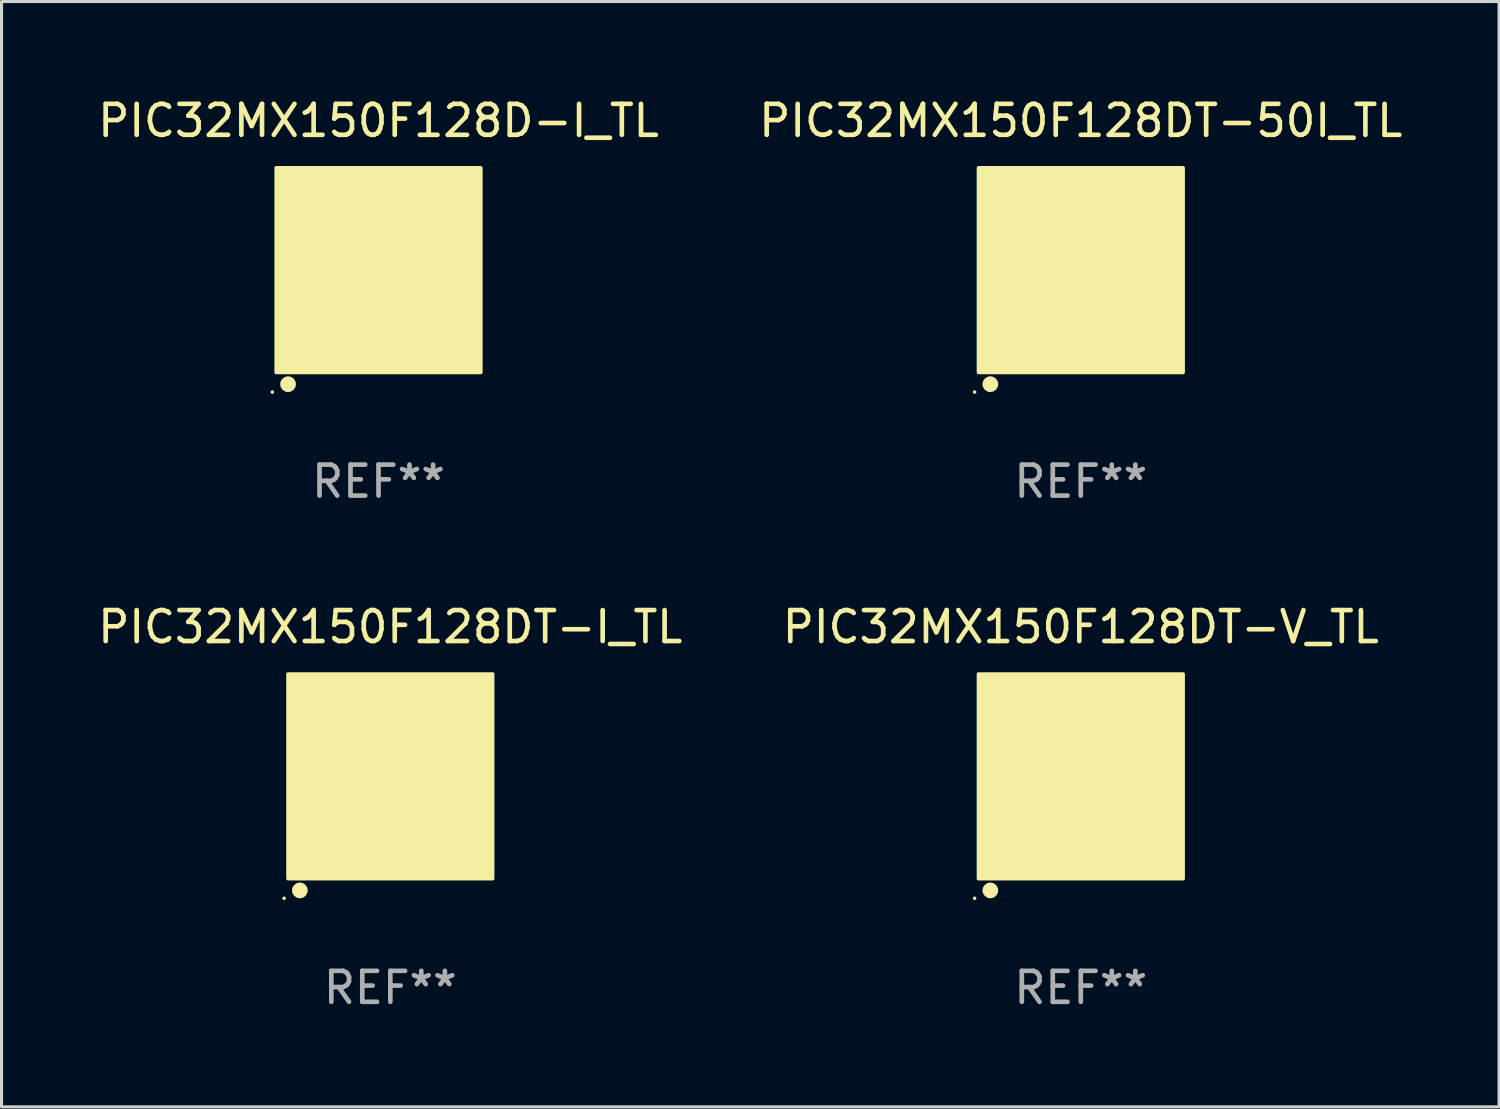
<source format=kicad_pcb>
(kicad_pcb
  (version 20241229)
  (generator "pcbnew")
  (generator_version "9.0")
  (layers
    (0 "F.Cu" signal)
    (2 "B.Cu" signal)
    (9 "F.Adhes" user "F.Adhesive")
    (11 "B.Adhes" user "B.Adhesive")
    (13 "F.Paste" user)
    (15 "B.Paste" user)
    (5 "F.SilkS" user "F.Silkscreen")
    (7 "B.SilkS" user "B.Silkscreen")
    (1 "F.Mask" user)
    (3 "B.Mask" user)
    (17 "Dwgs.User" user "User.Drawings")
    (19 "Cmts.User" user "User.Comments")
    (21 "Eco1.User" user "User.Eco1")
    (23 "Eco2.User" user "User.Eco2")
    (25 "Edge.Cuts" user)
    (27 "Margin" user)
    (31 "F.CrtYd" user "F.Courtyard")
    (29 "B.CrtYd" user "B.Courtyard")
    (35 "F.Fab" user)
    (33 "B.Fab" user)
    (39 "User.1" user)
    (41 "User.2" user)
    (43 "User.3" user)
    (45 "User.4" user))
  (footprint "PIC32MX150F128DT-50I_TL"
    (layer "F.Cu")
    (at 31.851 5.673)
    (property "Reference" "PIC32MX150F128DT-50I_TL" (at 0 -4.825 0) (layer "F.SilkS") (effects (font (size 1 1) (thickness 0.15))))
    (attr through_hole)
    (fp_circle (center -3.429 3.937) (end -3.399 3.937) (stroke (width 0.06) (type solid)) (fill no) (layer "F.SilkS"))
    (fp_circle (center -2.921 3.683) (end -2.794 3.683) (stroke (width 0.254) (type solid)) (fill no) (layer "F.SilkS"))
    (fp_poly (pts (xy -3.302 -3.302) (xy 3.302 -3.302) (xy 3.302 3.302) (xy -3.302 3.302)) (stroke (width 0.12) (type solid)) (fill yes) (layer "F.SilkS"))
    (fp_text user "REF**" (at 0 6.825 0) (layer "F.Fab") (effects (font (size 1 1) (thickness 0.15))))
    (pad "1" smd rect (at -2.25 2.825) (size 0.3 0.45) (layers "F.Cu" "F.Mask" "F.Paste"))
    (pad "2" smd rect (at -1.75 2.825) (size 0.3 0.45) (layers "F.Cu" "F.Mask" "F.Paste"))
    (pad "3" smd rect (at -1.25 2.825) (size 0.3 0.45) (layers "F.Cu" "F.Mask" "F.Paste"))
    (pad "4" smd rect (at -0.75 2.825) (size 0.3 0.45) (layers "F.Cu" "F.Mask" "F.Paste"))
    (pad "5" smd rect (at -0.25 2.825) (size 0.3 0.45) (layers "F.Cu" "F.Mask" "F.Paste"))
    (pad "6" smd rect (at 0.25 2.825) (size 0.3 0.45) (layers "F.Cu" "F.Mask" "F.Paste"))
    (pad "7" smd rect (at 0.75 2.825) (size 0.3 0.45) (layers "F.Cu" "F.Mask" "F.Paste"))
    (pad "8" smd rect (at 1.25 2.825) (size 0.3 0.45) (layers "F.Cu" "F.Mask" "F.Paste"))
    (pad "9" smd rect (at 1.75 2.825) (size 0.3 0.45) (layers "F.Cu" "F.Mask" "F.Paste"))
    (pad "10" smd rect (at 2.25 2.825) (size 0.3 0.45) (layers "F.Cu" "F.Mask" "F.Paste"))
    (pad "11" smd rect (at 2.825 2.825 90) (size 0.45 0.45) (layers "F.Cu" "F.Mask" "F.Paste"))
    (pad "12" smd rect (at 2.825 2.25 90) (size 0.3 0.45) (layers "F.Cu" "F.Mask" "F.Paste"))
    (pad "13" smd rect (at 2.825 1.75 90) (size 0.3 0.45) (layers "F.Cu" "F.Mask" "F.Paste"))
    (pad "14" smd rect (at 2.825 1.25 90) (size 0.3 0.45) (layers "F.Cu" "F.Mask" "F.Paste"))
    (pad "15" smd rect (at 2.825 0.75 90) (size 0.3 0.45) (layers "F.Cu" "F.Mask" "F.Paste"))
    (pad "16" smd rect (at 2.825 0.25 90) (size 0.3 0.45) (layers "F.Cu" "F.Mask" "F.Paste"))
    (pad "17" smd rect (at 2.825 -0.25 90) (size 0.3 0.45) (layers "F.Cu" "F.Mask" "F.Paste"))
    (pad "18" smd rect (at 2.825 -0.75 90) (size 0.3 0.45) (layers "F.Cu" "F.Mask" "F.Paste"))
    (pad "19" smd rect (at 2.825 -1.25 90) (size 0.3 0.45) (layers "F.Cu" "F.Mask" "F.Paste"))
    (pad "20" smd rect (at 2.825 -1.75 90) (size 0.3 0.45) (layers "F.Cu" "F.Mask" "F.Paste"))
    (pad "21" smd rect (at 2.825 -2.25 90) (size 0.3 0.45) (layers "F.Cu" "F.Mask" "F.Paste"))
    (pad "22" smd rect (at 2.825 -2.825 90) (size 0.45 0.45) (layers "F.Cu" "F.Mask" "F.Paste"))
    (pad "23" smd rect (at 2.25 -2.825) (size 0.3 0.45) (layers "F.Cu" "F.Mask" "F.Paste"))
    (pad "24" smd rect (at 1.75 -2.825) (size 0.3 0.45) (layers "F.Cu" "F.Mask" "F.Paste"))
    (pad "25" smd rect (at 1.25 -2.825) (size 0.3 0.45) (layers "F.Cu" "F.Mask" "F.Paste"))
    (pad "26" smd rect (at 0.75 -2.825) (size 0.3 0.45) (layers "F.Cu" "F.Mask" "F.Paste"))
    (pad "27" smd rect (at 0.25 -2.825) (size 0.3 0.45) (layers "F.Cu" "F.Mask" "F.Paste"))
    (pad "28" smd rect (at -0.25 -2.825) (size 0.3 0.45) (layers "F.Cu" "F.Mask" "F.Paste"))
    (pad "29" smd rect (at -0.75 -2.825) (size 0.3 0.45) (layers "F.Cu" "F.Mask" "F.Paste"))
    (pad "30" smd rect (at -1.25 -2.825) (size 0.3 0.45) (layers "F.Cu" "F.Mask" "F.Paste"))
    (pad "31" smd rect (at -1.75 -2.825) (size 0.3 0.45) (layers "F.Cu" "F.Mask" "F.Paste"))
    (pad "32" smd rect (at -2.25 -2.825) (size 0.3 0.45) (layers "F.Cu" "F.Mask" "F.Paste"))
    (pad "33" smd rect (at -2.825 -2.825 90) (size 0.45 0.45) (layers "F.Cu" "F.Mask" "F.Paste"))
    (pad "34" smd rect (at -2.825 -2.25 90) (size 0.3 0.45) (layers "F.Cu" "F.Mask" "F.Paste"))
    (pad "35" smd rect (at -2.825 -1.75 90) (size 0.3 0.45) (layers "F.Cu" "F.Mask" "F.Paste"))
    (pad "36" smd rect (at -2.825 -1.25 90) (size 0.3 0.45) (layers "F.Cu" "F.Mask" "F.Paste"))
    (pad "37" smd rect (at -2.825 -0.75 90) (size 0.3 0.45) (layers "F.Cu" "F.Mask" "F.Paste"))
    (pad "38" smd rect (at -2.825 -0.25 90) (size 0.3 0.45) (layers "F.Cu" "F.Mask" "F.Paste"))
    (pad "39" smd rect (at -2.825 0.25 90) (size 0.3 0.45) (layers "F.Cu" "F.Mask" "F.Paste"))
    (pad "40" smd rect (at -2.825 0.75 90) (size 0.3 0.45) (layers "F.Cu" "F.Mask" "F.Paste"))
    (pad "41" smd rect (at -2.825 1.25 90) (size 0.3 0.45) (layers "F.Cu" "F.Mask" "F.Paste"))
    (pad "42" smd rect (at -2.825 1.75 90) (size 0.3 0.45) (layers "F.Cu" "F.Mask" "F.Paste"))
    (pad "43" smd rect (at -2.825 2.25 90) (size 0.3 0.45) (layers "F.Cu" "F.Mask" "F.Paste"))
    (pad "44" smd rect (at -2.825 2.825 90) (size 0.45 0.45) (layers "F.Cu" "F.Mask" "F.Paste"))
    (pad "45" smd rect (at 0 0 90) (size 4.6 4.6) (layers "F.Cu" "F.Mask" "F.Paste")))
  (footprint "PIC32MX150F128D-I_TL"
    (layer "F.Cu")
    (at 9.173 5.673)
    (property "Reference" "PIC32MX150F128D-I_TL" (at 0 -4.825 0) (layer "F.SilkS") (effects (font (size 1 1) (thickness 0.15))))
    (attr through_hole)
    (fp_circle (center -3.429 3.937) (end -3.399 3.937) (stroke (width 0.06) (type solid)) (fill no) (layer "F.SilkS"))
    (fp_circle (center -2.921 3.683) (end -2.794 3.683) (stroke (width 0.254) (type solid)) (fill no) (layer "F.SilkS"))
    (fp_poly (pts (xy -3.302 -3.302) (xy 3.302 -3.302) (xy 3.302 3.302) (xy -3.302 3.302)) (stroke (width 0.12) (type solid)) (fill yes) (layer "F.SilkS"))
    (fp_text user "REF**" (at 0 6.825 0) (layer "F.Fab") (effects (font (size 1 1) (thickness 0.15))))
    (pad "1" smd rect (at -2.25 2.825) (size 0.3 0.45) (layers "F.Cu" "F.Mask" "F.Paste"))
    (pad "2" smd rect (at -1.75 2.825) (size 0.3 0.45) (layers "F.Cu" "F.Mask" "F.Paste"))
    (pad "3" smd rect (at -1.25 2.825) (size 0.3 0.45) (layers "F.Cu" "F.Mask" "F.Paste"))
    (pad "4" smd rect (at -0.75 2.825) (size 0.3 0.45) (layers "F.Cu" "F.Mask" "F.Paste"))
    (pad "5" smd rect (at -0.25 2.825) (size 0.3 0.45) (layers "F.Cu" "F.Mask" "F.Paste"))
    (pad "6" smd rect (at 0.25 2.825) (size 0.3 0.45) (layers "F.Cu" "F.Mask" "F.Paste"))
    (pad "7" smd rect (at 0.75 2.825) (size 0.3 0.45) (layers "F.Cu" "F.Mask" "F.Paste"))
    (pad "8" smd rect (at 1.25 2.825) (size 0.3 0.45) (layers "F.Cu" "F.Mask" "F.Paste"))
    (pad "9" smd rect (at 1.75 2.825) (size 0.3 0.45) (layers "F.Cu" "F.Mask" "F.Paste"))
    (pad "10" smd rect (at 2.25 2.825) (size 0.3 0.45) (layers "F.Cu" "F.Mask" "F.Paste"))
    (pad "11" smd rect (at 2.825 2.825 90) (size 0.45 0.45) (layers "F.Cu" "F.Mask" "F.Paste"))
    (pad "12" smd rect (at 2.825 2.25 90) (size 0.3 0.45) (layers "F.Cu" "F.Mask" "F.Paste"))
    (pad "13" smd rect (at 2.825 1.75 90) (size 0.3 0.45) (layers "F.Cu" "F.Mask" "F.Paste"))
    (pad "14" smd rect (at 2.825 1.25 90) (size 0.3 0.45) (layers "F.Cu" "F.Mask" "F.Paste"))
    (pad "15" smd rect (at 2.825 0.75 90) (size 0.3 0.45) (layers "F.Cu" "F.Mask" "F.Paste"))
    (pad "16" smd rect (at 2.825 0.25 90) (size 0.3 0.45) (layers "F.Cu" "F.Mask" "F.Paste"))
    (pad "17" smd rect (at 2.825 -0.25 90) (size 0.3 0.45) (layers "F.Cu" "F.Mask" "F.Paste"))
    (pad "18" smd rect (at 2.825 -0.75 90) (size 0.3 0.45) (layers "F.Cu" "F.Mask" "F.Paste"))
    (pad "19" smd rect (at 2.825 -1.25 90) (size 0.3 0.45) (layers "F.Cu" "F.Mask" "F.Paste"))
    (pad "20" smd rect (at 2.825 -1.75 90) (size 0.3 0.45) (layers "F.Cu" "F.Mask" "F.Paste"))
    (pad "21" smd rect (at 2.825 -2.25 90) (size 0.3 0.45) (layers "F.Cu" "F.Mask" "F.Paste"))
    (pad "22" smd rect (at 2.825 -2.825 90) (size 0.45 0.45) (layers "F.Cu" "F.Mask" "F.Paste"))
    (pad "23" smd rect (at 2.25 -2.825) (size 0.3 0.45) (layers "F.Cu" "F.Mask" "F.Paste"))
    (pad "24" smd rect (at 1.75 -2.825) (size 0.3 0.45) (layers "F.Cu" "F.Mask" "F.Paste"))
    (pad "25" smd rect (at 1.25 -2.825) (size 0.3 0.45) (layers "F.Cu" "F.Mask" "F.Paste"))
    (pad "26" smd rect (at 0.75 -2.825) (size 0.3 0.45) (layers "F.Cu" "F.Mask" "F.Paste"))
    (pad "27" smd rect (at 0.25 -2.825) (size 0.3 0.45) (layers "F.Cu" "F.Mask" "F.Paste"))
    (pad "28" smd rect (at -0.25 -2.825) (size 0.3 0.45) (layers "F.Cu" "F.Mask" "F.Paste"))
    (pad "29" smd rect (at -0.75 -2.825) (size 0.3 0.45) (layers "F.Cu" "F.Mask" "F.Paste"))
    (pad "30" smd rect (at -1.25 -2.825) (size 0.3 0.45) (layers "F.Cu" "F.Mask" "F.Paste"))
    (pad "31" smd rect (at -1.75 -2.825) (size 0.3 0.45) (layers "F.Cu" "F.Mask" "F.Paste"))
    (pad "32" smd rect (at -2.25 -2.825) (size 0.3 0.45) (layers "F.Cu" "F.Mask" "F.Paste"))
    (pad "33" smd rect (at -2.825 -2.825 90) (size 0.45 0.45) (layers "F.Cu" "F.Mask" "F.Paste"))
    (pad "34" smd rect (at -2.825 -2.25 90) (size 0.3 0.45) (layers "F.Cu" "F.Mask" "F.Paste"))
    (pad "35" smd rect (at -2.825 -1.75 90) (size 0.3 0.45) (layers "F.Cu" "F.Mask" "F.Paste"))
    (pad "36" smd rect (at -2.825 -1.25 90) (size 0.3 0.45) (layers "F.Cu" "F.Mask" "F.Paste"))
    (pad "37" smd rect (at -2.825 -0.75 90) (size 0.3 0.45) (layers "F.Cu" "F.Mask" "F.Paste"))
    (pad "38" smd rect (at -2.825 -0.25 90) (size 0.3 0.45) (layers "F.Cu" "F.Mask" "F.Paste"))
    (pad "39" smd rect (at -2.825 0.25 90) (size 0.3 0.45) (layers "F.Cu" "F.Mask" "F.Paste"))
    (pad "40" smd rect (at -2.825 0.75 90) (size 0.3 0.45) (layers "F.Cu" "F.Mask" "F.Paste"))
    (pad "41" smd rect (at -2.825 1.25 90) (size 0.3 0.45) (layers "F.Cu" "F.Mask" "F.Paste"))
    (pad "42" smd rect (at -2.825 1.75 90) (size 0.3 0.45) (layers "F.Cu" "F.Mask" "F.Paste"))
    (pad "43" smd rect (at -2.825 2.25 90) (size 0.3 0.45) (layers "F.Cu" "F.Mask" "F.Paste"))
    (pad "44" smd rect (at -2.825 2.825 90) (size 0.45 0.45) (layers "F.Cu" "F.Mask" "F.Paste"))
    (pad "45" smd rect (at 0 0 90) (size 4.7 4.7) (layers "F.Cu" "F.Mask" "F.Paste")))
  (footprint "PIC32MX150F128DT-I_TL"
    (layer "F.Cu")
    (at 9.554 22.02)
    (property "Reference" "PIC32MX150F128DT-I_TL" (at 0 -4.825 0) (layer "F.SilkS") (effects (font (size 1 1) (thickness 0.15))))
    (attr through_hole)
    (fp_circle (center -3.429 3.937) (end -3.399 3.937) (stroke (width 0.06) (type solid)) (fill no) (layer "F.SilkS"))
    (fp_circle (center -2.921 3.683) (end -2.794 3.683) (stroke (width 0.254) (type solid)) (fill no) (layer "F.SilkS"))
    (fp_poly (pts (xy -3.302 -3.302) (xy 3.302 -3.302) (xy 3.302 3.302) (xy -3.302 3.302)) (stroke (width 0.12) (type solid)) (fill yes) (layer "F.SilkS"))
    (fp_text user "REF**" (at 0 6.825 0) (layer "F.Fab") (effects (font (size 1 1) (thickness 0.15))))
    (pad "1" smd rect (at -2.25 2.825) (size 0.3 0.45) (layers "F.Cu" "F.Mask" "F.Paste"))
    (pad "2" smd rect (at -1.75 2.825) (size 0.3 0.45) (layers "F.Cu" "F.Mask" "F.Paste"))
    (pad "3" smd rect (at -1.25 2.825) (size 0.3 0.45) (layers "F.Cu" "F.Mask" "F.Paste"))
    (pad "4" smd rect (at -0.75 2.825) (size 0.3 0.45) (layers "F.Cu" "F.Mask" "F.Paste"))
    (pad "5" smd rect (at -0.25 2.825) (size 0.3 0.45) (layers "F.Cu" "F.Mask" "F.Paste"))
    (pad "6" smd rect (at 0.25 2.825) (size 0.3 0.45) (layers "F.Cu" "F.Mask" "F.Paste"))
    (pad "7" smd rect (at 0.75 2.825) (size 0.3 0.45) (layers "F.Cu" "F.Mask" "F.Paste"))
    (pad "8" smd rect (at 1.25 2.825) (size 0.3 0.45) (layers "F.Cu" "F.Mask" "F.Paste"))
    (pad "9" smd rect (at 1.75 2.825) (size 0.3 0.45) (layers "F.Cu" "F.Mask" "F.Paste"))
    (pad "10" smd rect (at 2.25 2.825) (size 0.3 0.45) (layers "F.Cu" "F.Mask" "F.Paste"))
    (pad "11" smd rect (at 2.825 2.825 90) (size 0.45 0.45) (layers "F.Cu" "F.Mask" "F.Paste"))
    (pad "12" smd rect (at 2.825 2.25 90) (size 0.3 0.45) (layers "F.Cu" "F.Mask" "F.Paste"))
    (pad "13" smd rect (at 2.825 1.75 90) (size 0.3 0.45) (layers "F.Cu" "F.Mask" "F.Paste"))
    (pad "14" smd rect (at 2.825 1.25 90) (size 0.3 0.45) (layers "F.Cu" "F.Mask" "F.Paste"))
    (pad "15" smd rect (at 2.825 0.75 90) (size 0.3 0.45) (layers "F.Cu" "F.Mask" "F.Paste"))
    (pad "16" smd rect (at 2.825 0.25 90) (size 0.3 0.45) (layers "F.Cu" "F.Mask" "F.Paste"))
    (pad "17" smd rect (at 2.825 -0.25 90) (size 0.3 0.45) (layers "F.Cu" "F.Mask" "F.Paste"))
    (pad "18" smd rect (at 2.825 -0.75 90) (size 0.3 0.45) (layers "F.Cu" "F.Mask" "F.Paste"))
    (pad "19" smd rect (at 2.825 -1.25 90) (size 0.3 0.45) (layers "F.Cu" "F.Mask" "F.Paste"))
    (pad "20" smd rect (at 2.825 -1.75 90) (size 0.3 0.45) (layers "F.Cu" "F.Mask" "F.Paste"))
    (pad "21" smd rect (at 2.825 -2.25 90) (size 0.3 0.45) (layers "F.Cu" "F.Mask" "F.Paste"))
    (pad "22" smd rect (at 2.825 -2.825 90) (size 0.45 0.45) (layers "F.Cu" "F.Mask" "F.Paste"))
    (pad "23" smd rect (at 2.25 -2.825) (size 0.3 0.45) (layers "F.Cu" "F.Mask" "F.Paste"))
    (pad "24" smd rect (at 1.75 -2.825) (size 0.3 0.45) (layers "F.Cu" "F.Mask" "F.Paste"))
    (pad "25" smd rect (at 1.25 -2.825) (size 0.3 0.45) (layers "F.Cu" "F.Mask" "F.Paste"))
    (pad "26" smd rect (at 0.75 -2.825) (size 0.3 0.45) (layers "F.Cu" "F.Mask" "F.Paste"))
    (pad "27" smd rect (at 0.25 -2.825) (size 0.3 0.45) (layers "F.Cu" "F.Mask" "F.Paste"))
    (pad "28" smd rect (at -0.25 -2.825) (size 0.3 0.45) (layers "F.Cu" "F.Mask" "F.Paste"))
    (pad "29" smd rect (at -0.75 -2.825) (size 0.3 0.45) (layers "F.Cu" "F.Mask" "F.Paste"))
    (pad "30" smd rect (at -1.25 -2.825) (size 0.3 0.45) (layers "F.Cu" "F.Mask" "F.Paste"))
    (pad "31" smd rect (at -1.75 -2.825) (size 0.3 0.45) (layers "F.Cu" "F.Mask" "F.Paste"))
    (pad "32" smd rect (at -2.25 -2.825) (size 0.3 0.45) (layers "F.Cu" "F.Mask" "F.Paste"))
    (pad "33" smd rect (at -2.825 -2.825 90) (size 0.45 0.45) (layers "F.Cu" "F.Mask" "F.Paste"))
    (pad "34" smd rect (at -2.825 -2.25 90) (size 0.3 0.45) (layers "F.Cu" "F.Mask" "F.Paste"))
    (pad "35" smd rect (at -2.825 -1.75 90) (size 0.3 0.45) (layers "F.Cu" "F.Mask" "F.Paste"))
    (pad "36" smd rect (at -2.825 -1.25 90) (size 0.3 0.45) (layers "F.Cu" "F.Mask" "F.Paste"))
    (pad "37" smd rect (at -2.825 -0.75 90) (size 0.3 0.45) (layers "F.Cu" "F.Mask" "F.Paste"))
    (pad "38" smd rect (at -2.825 -0.25 90) (size 0.3 0.45) (layers "F.Cu" "F.Mask" "F.Paste"))
    (pad "39" smd rect (at -2.825 0.25 90) (size 0.3 0.45) (layers "F.Cu" "F.Mask" "F.Paste"))
    (pad "40" smd rect (at -2.825 0.75 90) (size 0.3 0.45) (layers "F.Cu" "F.Mask" "F.Paste"))
    (pad "41" smd rect (at -2.825 1.25 90) (size 0.3 0.45) (layers "F.Cu" "F.Mask" "F.Paste"))
    (pad "42" smd rect (at -2.825 1.75 90) (size 0.3 0.45) (layers "F.Cu" "F.Mask" "F.Paste"))
    (pad "43" smd rect (at -2.825 2.25 90) (size 0.3 0.45) (layers "F.Cu" "F.Mask" "F.Paste"))
    (pad "44" smd rect (at -2.825 2.825 90) (size 0.45 0.45) (layers "F.Cu" "F.Mask" "F.Paste"))
    (pad "45" smd rect (at 0 0 90) (size 4.6 4.6) (layers "F.Cu" "F.Mask" "F.Paste")))
  (footprint "PIC32MX150F128DT-V_TL"
    (layer "F.Cu")
    (at 31.851 22.02)
    (property "Reference" "PIC32MX150F128DT-V_TL" (at 0 -4.825 0) (layer "F.SilkS") (effects (font (size 1 1) (thickness 0.15))))
    (attr through_hole)
    (fp_circle (center -3.429 3.937) (end -3.399 3.937) (stroke (width 0.06) (type solid)) (fill no) (layer "F.SilkS"))
    (fp_circle (center -2.921 3.683) (end -2.794 3.683) (stroke (width 0.254) (type solid)) (fill no) (layer "F.SilkS"))
    (fp_poly (pts (xy -3.302 -3.302) (xy 3.302 -3.302) (xy 3.302 3.302) (xy -3.302 3.302)) (stroke (width 0.12) (type solid)) (fill yes) (layer "F.SilkS"))
    (fp_text user "REF**" (at 0 6.825 0) (layer "F.Fab") (effects (font (size 1 1) (thickness 0.15))))
    (pad "1" smd rect (at -2.25 2.825) (size 0.3 0.45) (layers "F.Cu" "F.Mask" "F.Paste"))
    (pad "2" smd rect (at -1.75 2.825) (size 0.3 0.45) (layers "F.Cu" "F.Mask" "F.Paste"))
    (pad "3" smd rect (at -1.25 2.825) (size 0.3 0.45) (layers "F.Cu" "F.Mask" "F.Paste"))
    (pad "4" smd rect (at -0.75 2.825) (size 0.3 0.45) (layers "F.Cu" "F.Mask" "F.Paste"))
    (pad "5" smd rect (at -0.25 2.825) (size 0.3 0.45) (layers "F.Cu" "F.Mask" "F.Paste"))
    (pad "6" smd rect (at 0.25 2.825) (size 0.3 0.45) (layers "F.Cu" "F.Mask" "F.Paste"))
    (pad "7" smd rect (at 0.75 2.825) (size 0.3 0.45) (layers "F.Cu" "F.Mask" "F.Paste"))
    (pad "8" smd rect (at 1.25 2.825) (size 0.3 0.45) (layers "F.Cu" "F.Mask" "F.Paste"))
    (pad "9" smd rect (at 1.75 2.825) (size 0.3 0.45) (layers "F.Cu" "F.Mask" "F.Paste"))
    (pad "10" smd rect (at 2.25 2.825) (size 0.3 0.45) (layers "F.Cu" "F.Mask" "F.Paste"))
    (pad "11" smd rect (at 2.825 2.825 90) (size 0.45 0.45) (layers "F.Cu" "F.Mask" "F.Paste"))
    (pad "12" smd rect (at 2.825 2.25 90) (size 0.3 0.45) (layers "F.Cu" "F.Mask" "F.Paste"))
    (pad "13" smd rect (at 2.825 1.75 90) (size 0.3 0.45) (layers "F.Cu" "F.Mask" "F.Paste"))
    (pad "14" smd rect (at 2.825 1.25 90) (size 0.3 0.45) (layers "F.Cu" "F.Mask" "F.Paste"))
    (pad "15" smd rect (at 2.825 0.75 90) (size 0.3 0.45) (layers "F.Cu" "F.Mask" "F.Paste"))
    (pad "16" smd rect (at 2.825 0.25 90) (size 0.3 0.45) (layers "F.Cu" "F.Mask" "F.Paste"))
    (pad "17" smd rect (at 2.825 -0.25 90) (size 0.3 0.45) (layers "F.Cu" "F.Mask" "F.Paste"))
    (pad "18" smd rect (at 2.825 -0.75 90) (size 0.3 0.45) (layers "F.Cu" "F.Mask" "F.Paste"))
    (pad "19" smd rect (at 2.825 -1.25 90) (size 0.3 0.45) (layers "F.Cu" "F.Mask" "F.Paste"))
    (pad "20" smd rect (at 2.825 -1.75 90) (size 0.3 0.45) (layers "F.Cu" "F.Mask" "F.Paste"))
    (pad "21" smd rect (at 2.825 -2.25 90) (size 0.3 0.45) (layers "F.Cu" "F.Mask" "F.Paste"))
    (pad "22" smd rect (at 2.825 -2.825 90) (size 0.45 0.45) (layers "F.Cu" "F.Mask" "F.Paste"))
    (pad "23" smd rect (at 2.25 -2.825) (size 0.3 0.45) (layers "F.Cu" "F.Mask" "F.Paste"))
    (pad "24" smd rect (at 1.75 -2.825) (size 0.3 0.45) (layers "F.Cu" "F.Mask" "F.Paste"))
    (pad "25" smd rect (at 1.25 -2.825) (size 0.3 0.45) (layers "F.Cu" "F.Mask" "F.Paste"))
    (pad "26" smd rect (at 0.75 -2.825) (size 0.3 0.45) (layers "F.Cu" "F.Mask" "F.Paste"))
    (pad "27" smd rect (at 0.25 -2.825) (size 0.3 0.45) (layers "F.Cu" "F.Mask" "F.Paste"))
    (pad "28" smd rect (at -0.25 -2.825) (size 0.3 0.45) (layers "F.Cu" "F.Mask" "F.Paste"))
    (pad "29" smd rect (at -0.75 -2.825) (size 0.3 0.45) (layers "F.Cu" "F.Mask" "F.Paste"))
    (pad "30" smd rect (at -1.25 -2.825) (size 0.3 0.45) (layers "F.Cu" "F.Mask" "F.Paste"))
    (pad "31" smd rect (at -1.75 -2.825) (size 0.3 0.45) (layers "F.Cu" "F.Mask" "F.Paste"))
    (pad "32" smd rect (at -2.25 -2.825) (size 0.3 0.45) (layers "F.Cu" "F.Mask" "F.Paste"))
    (pad "33" smd rect (at -2.825 -2.825 90) (size 0.45 0.45) (layers "F.Cu" "F.Mask" "F.Paste"))
    (pad "34" smd rect (at -2.825 -2.25 90) (size 0.3 0.45) (layers "F.Cu" "F.Mask" "F.Paste"))
    (pad "35" smd rect (at -2.825 -1.75 90) (size 0.3 0.45) (layers "F.Cu" "F.Mask" "F.Paste"))
    (pad "36" smd rect (at -2.825 -1.25 90) (size 0.3 0.45) (layers "F.Cu" "F.Mask" "F.Paste"))
    (pad "37" smd rect (at -2.825 -0.75 90) (size 0.3 0.45) (layers "F.Cu" "F.Mask" "F.Paste"))
    (pad "38" smd rect (at -2.825 -0.25 90) (size 0.3 0.45) (layers "F.Cu" "F.Mask" "F.Paste"))
    (pad "39" smd rect (at -2.825 0.25 90) (size 0.3 0.45) (layers "F.Cu" "F.Mask" "F.Paste"))
    (pad "40" smd rect (at -2.825 0.75 90) (size 0.3 0.45) (layers "F.Cu" "F.Mask" "F.Paste"))
    (pad "41" smd rect (at -2.825 1.25 90) (size 0.3 0.45) (layers "F.Cu" "F.Mask" "F.Paste"))
    (pad "42" smd rect (at -2.825 1.75 90) (size 0.3 0.45) (layers "F.Cu" "F.Mask" "F.Paste"))
    (pad "43" smd rect (at -2.825 2.25 90) (size 0.3 0.45) (layers "F.Cu" "F.Mask" "F.Paste"))
    (pad "44" smd rect (at -2.825 2.825 90) (size 0.45 0.45) (layers "F.Cu" "F.Mask" "F.Paste"))
    (pad "45" smd rect (at 0 0 90) (size 4.6 4.6) (layers "F.Cu" "F.Mask" "F.Paste")))
  (gr_rect
    (start -3 -3)
    (end 45.357 32.693)
    (stroke (width 0.1) (type default))
    (fill no)
    (layer "Edge.Cuts")))
</source>
